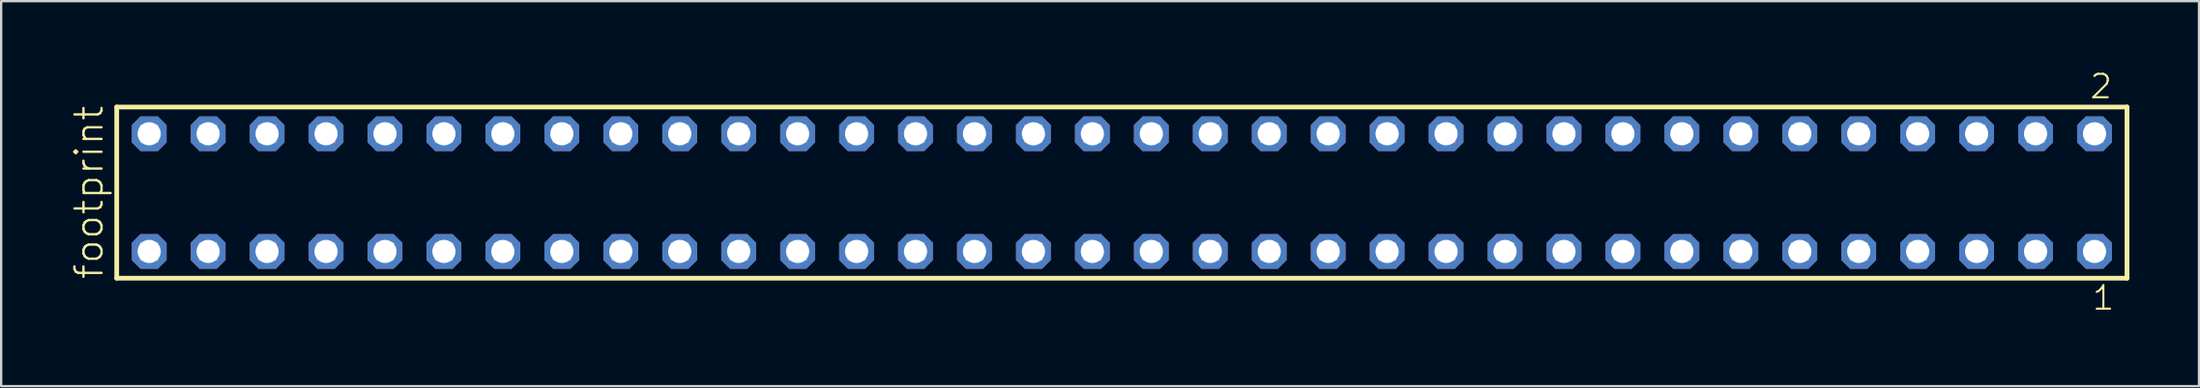
<source format=kicad_pcb>
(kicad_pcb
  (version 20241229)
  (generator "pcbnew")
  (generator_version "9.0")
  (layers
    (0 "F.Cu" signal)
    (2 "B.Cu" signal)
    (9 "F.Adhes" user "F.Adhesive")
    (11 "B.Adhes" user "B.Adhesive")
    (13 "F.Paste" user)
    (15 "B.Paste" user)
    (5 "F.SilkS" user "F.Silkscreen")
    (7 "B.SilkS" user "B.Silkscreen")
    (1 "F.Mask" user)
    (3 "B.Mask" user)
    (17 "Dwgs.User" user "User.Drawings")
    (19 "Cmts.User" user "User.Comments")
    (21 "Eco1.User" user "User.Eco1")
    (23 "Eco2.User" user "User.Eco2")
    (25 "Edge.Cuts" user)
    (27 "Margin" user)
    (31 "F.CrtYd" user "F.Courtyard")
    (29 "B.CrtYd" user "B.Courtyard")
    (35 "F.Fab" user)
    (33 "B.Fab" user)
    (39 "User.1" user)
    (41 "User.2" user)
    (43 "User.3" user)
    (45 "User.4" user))
  (footprint "footprint"
    (layer "F.Cu")
    (at 45.288 5.265)
    (property "Reference" "footprint" (at -43.815 3.81 90) (layer "F.SilkS") (effects (font (size 1.168 1.168) (thickness 0.102)) (justify left bottom)))
    (fp_line (start -43.309 -3.695) (end 43.309 -3.695) (stroke (width 0.203) (type solid)) (layer "F.SilkS"))
    (fp_line (start -43.309 3.695) (end -43.309 -3.695) (stroke (width 0.203) (type solid)) (layer "F.SilkS"))
    (fp_line (start 43.309 -3.695) (end 43.309 3.695) (stroke (width 0.203) (type solid)) (layer "F.SilkS"))
    (fp_line (start 43.309 3.695) (end -43.309 3.695) (stroke (width 0.203) (type solid)) (layer "F.SilkS"))
    (fp_poly (pts (xy -42.26 -2.19) (xy -41.56 -2.19) (xy -41.56 -2.89) (xy -42.26 -2.89)) (stroke (width 0.1) (type solid)) (fill no) (layer "F.Fab"))
    (fp_poly (pts (xy -42.26 2.89) (xy -41.56 2.89) (xy -41.56 2.19) (xy -42.26 2.19)) (stroke (width 0.1) (type solid)) (fill no) (layer "F.Fab"))
    (fp_poly (pts (xy -39.72 -2.19) (xy -39.02 -2.19) (xy -39.02 -2.89) (xy -39.72 -2.89)) (stroke (width 0.1) (type solid)) (fill no) (layer "F.Fab"))
    (fp_poly (pts (xy -39.72 2.89) (xy -39.02 2.89) (xy -39.02 2.19) (xy -39.72 2.19)) (stroke (width 0.1) (type solid)) (fill no) (layer "F.Fab"))
    (fp_poly (pts (xy -37.18 -2.19) (xy -36.48 -2.19) (xy -36.48 -2.89) (xy -37.18 -2.89)) (stroke (width 0.1) (type solid)) (fill no) (layer "F.Fab"))
    (fp_poly (pts (xy -37.18 2.89) (xy -36.48 2.89) (xy -36.48 2.19) (xy -37.18 2.19)) (stroke (width 0.1) (type solid)) (fill no) (layer "F.Fab"))
    (fp_poly (pts (xy -34.64 -2.19) (xy -33.94 -2.19) (xy -33.94 -2.89) (xy -34.64 -2.89)) (stroke (width 0.1) (type solid)) (fill no) (layer "F.Fab"))
    (fp_poly (pts (xy -34.64 2.89) (xy -33.94 2.89) (xy -33.94 2.19) (xy -34.64 2.19)) (stroke (width 0.1) (type solid)) (fill no) (layer "F.Fab"))
    (fp_poly (pts (xy -32.1 -2.19) (xy -31.4 -2.19) (xy -31.4 -2.89) (xy -32.1 -2.89)) (stroke (width 0.1) (type solid)) (fill no) (layer "F.Fab"))
    (fp_poly (pts (xy -32.1 2.89) (xy -31.4 2.89) (xy -31.4 2.19) (xy -32.1 2.19)) (stroke (width 0.1) (type solid)) (fill no) (layer "F.Fab"))
    (fp_poly (pts (xy -29.56 -2.19) (xy -28.86 -2.19) (xy -28.86 -2.89) (xy -29.56 -2.89)) (stroke (width 0.1) (type solid)) (fill no) (layer "F.Fab"))
    (fp_poly (pts (xy -29.56 2.89) (xy -28.86 2.89) (xy -28.86 2.19) (xy -29.56 2.19)) (stroke (width 0.1) (type solid)) (fill no) (layer "F.Fab"))
    (fp_poly (pts (xy -27.02 -2.19) (xy -26.32 -2.19) (xy -26.32 -2.89) (xy -27.02 -2.89)) (stroke (width 0.1) (type solid)) (fill no) (layer "F.Fab"))
    (fp_poly (pts (xy -27.02 2.89) (xy -26.32 2.89) (xy -26.32 2.19) (xy -27.02 2.19)) (stroke (width 0.1) (type solid)) (fill no) (layer "F.Fab"))
    (fp_poly (pts (xy -24.48 -2.19) (xy -23.78 -2.19) (xy -23.78 -2.89) (xy -24.48 -2.89)) (stroke (width 0.1) (type solid)) (fill no) (layer "F.Fab"))
    (fp_poly (pts (xy -24.48 2.89) (xy -23.78 2.89) (xy -23.78 2.19) (xy -24.48 2.19)) (stroke (width 0.1) (type solid)) (fill no) (layer "F.Fab"))
    (fp_poly (pts (xy -21.94 -2.19) (xy -21.24 -2.19) (xy -21.24 -2.89) (xy -21.94 -2.89)) (stroke (width 0.1) (type solid)) (fill no) (layer "F.Fab"))
    (fp_poly (pts (xy -21.94 2.89) (xy -21.24 2.89) (xy -21.24 2.19) (xy -21.94 2.19)) (stroke (width 0.1) (type solid)) (fill no) (layer "F.Fab"))
    (fp_poly (pts (xy -19.4 -2.19) (xy -18.7 -2.19) (xy -18.7 -2.89) (xy -19.4 -2.89)) (stroke (width 0.1) (type solid)) (fill no) (layer "F.Fab"))
    (fp_poly (pts (xy -19.4 2.89) (xy -18.7 2.89) (xy -18.7 2.19) (xy -19.4 2.19)) (stroke (width 0.1) (type solid)) (fill no) (layer "F.Fab"))
    (fp_poly (pts (xy -16.86 -2.19) (xy -16.16 -2.19) (xy -16.16 -2.89) (xy -16.86 -2.89)) (stroke (width 0.1) (type solid)) (fill no) (layer "F.Fab"))
    (fp_poly (pts (xy -16.86 2.89) (xy -16.16 2.89) (xy -16.16 2.19) (xy -16.86 2.19)) (stroke (width 0.1) (type solid)) (fill no) (layer "F.Fab"))
    (fp_poly (pts (xy -14.32 -2.19) (xy -13.62 -2.19) (xy -13.62 -2.89) (xy -14.32 -2.89)) (stroke (width 0.1) (type solid)) (fill no) (layer "F.Fab"))
    (fp_poly (pts (xy -14.32 2.89) (xy -13.62 2.89) (xy -13.62 2.19) (xy -14.32 2.19)) (stroke (width 0.1) (type solid)) (fill no) (layer "F.Fab"))
    (fp_poly (pts (xy -11.78 -2.19) (xy -11.08 -2.19) (xy -11.08 -2.89) (xy -11.78 -2.89)) (stroke (width 0.1) (type solid)) (fill no) (layer "F.Fab"))
    (fp_poly (pts (xy -11.78 2.89) (xy -11.08 2.89) (xy -11.08 2.19) (xy -11.78 2.19)) (stroke (width 0.1) (type solid)) (fill no) (layer "F.Fab"))
    (fp_poly (pts (xy -9.24 -2.19) (xy -8.54 -2.19) (xy -8.54 -2.89) (xy -9.24 -2.89)) (stroke (width 0.1) (type solid)) (fill no) (layer "F.Fab"))
    (fp_poly (pts (xy -9.24 2.89) (xy -8.54 2.89) (xy -8.54 2.19) (xy -9.24 2.19)) (stroke (width 0.1) (type solid)) (fill no) (layer "F.Fab"))
    (fp_poly (pts (xy -6.7 -2.19) (xy -6 -2.19) (xy -6 -2.89) (xy -6.7 -2.89)) (stroke (width 0.1) (type solid)) (fill no) (layer "F.Fab"))
    (fp_poly (pts (xy -6.7 2.89) (xy -6 2.89) (xy -6 2.19) (xy -6.7 2.19)) (stroke (width 0.1) (type solid)) (fill no) (layer "F.Fab"))
    (fp_poly (pts (xy -4.16 -2.19) (xy -3.46 -2.19) (xy -3.46 -2.89) (xy -4.16 -2.89)) (stroke (width 0.1) (type solid)) (fill no) (layer "F.Fab"))
    (fp_poly (pts (xy -4.16 2.89) (xy -3.46 2.89) (xy -3.46 2.19) (xy -4.16 2.19)) (stroke (width 0.1) (type solid)) (fill no) (layer "F.Fab"))
    (fp_poly (pts (xy -1.62 -2.19) (xy -0.92 -2.19) (xy -0.92 -2.89) (xy -1.62 -2.89)) (stroke (width 0.1) (type solid)) (fill no) (layer "F.Fab"))
    (fp_poly (pts (xy -1.62 2.89) (xy -0.92 2.89) (xy -0.92 2.19) (xy -1.62 2.19)) (stroke (width 0.1) (type solid)) (fill no) (layer "F.Fab"))
    (fp_poly (pts (xy 0.92 -2.19) (xy 1.62 -2.19) (xy 1.62 -2.89) (xy 0.92 -2.89)) (stroke (width 0.1) (type solid)) (fill no) (layer "F.Fab"))
    (fp_poly (pts (xy 0.92 2.89) (xy 1.62 2.89) (xy 1.62 2.19) (xy 0.92 2.19)) (stroke (width 0.1) (type solid)) (fill no) (layer "F.Fab"))
    (fp_poly (pts (xy 3.46 -2.19) (xy 4.16 -2.19) (xy 4.16 -2.89) (xy 3.46 -2.89)) (stroke (width 0.1) (type solid)) (fill no) (layer "F.Fab"))
    (fp_poly (pts (xy 3.46 2.89) (xy 4.16 2.89) (xy 4.16 2.19) (xy 3.46 2.19)) (stroke (width 0.1) (type solid)) (fill no) (layer "F.Fab"))
    (fp_poly (pts (xy 6 -2.19) (xy 6.7 -2.19) (xy 6.7 -2.89) (xy 6 -2.89)) (stroke (width 0.1) (type solid)) (fill no) (layer "F.Fab"))
    (fp_poly (pts (xy 6 2.89) (xy 6.7 2.89) (xy 6.7 2.19) (xy 6 2.19)) (stroke (width 0.1) (type solid)) (fill no) (layer "F.Fab"))
    (fp_poly (pts (xy 8.54 -2.19) (xy 9.24 -2.19) (xy 9.24 -2.89) (xy 8.54 -2.89)) (stroke (width 0.1) (type solid)) (fill no) (layer "F.Fab"))
    (fp_poly (pts (xy 8.54 2.89) (xy 9.24 2.89) (xy 9.24 2.19) (xy 8.54 2.19)) (stroke (width 0.1) (type solid)) (fill no) (layer "F.Fab"))
    (fp_poly (pts (xy 11.08 -2.19) (xy 11.78 -2.19) (xy 11.78 -2.89) (xy 11.08 -2.89)) (stroke (width 0.1) (type solid)) (fill no) (layer "F.Fab"))
    (fp_poly (pts (xy 11.08 2.89) (xy 11.78 2.89) (xy 11.78 2.19) (xy 11.08 2.19)) (stroke (width 0.1) (type solid)) (fill no) (layer "F.Fab"))
    (fp_poly (pts (xy 13.62 -2.19) (xy 14.32 -2.19) (xy 14.32 -2.89) (xy 13.62 -2.89)) (stroke (width 0.1) (type solid)) (fill no) (layer "F.Fab"))
    (fp_poly (pts (xy 13.62 2.89) (xy 14.32 2.89) (xy 14.32 2.19) (xy 13.62 2.19)) (stroke (width 0.1) (type solid)) (fill no) (layer "F.Fab"))
    (fp_poly (pts (xy 16.16 -2.19) (xy 16.86 -2.19) (xy 16.86 -2.89) (xy 16.16 -2.89)) (stroke (width 0.1) (type solid)) (fill no) (layer "F.Fab"))
    (fp_poly (pts (xy 16.16 2.89) (xy 16.86 2.89) (xy 16.86 2.19) (xy 16.16 2.19)) (stroke (width 0.1) (type solid)) (fill no) (layer "F.Fab"))
    (fp_poly (pts (xy 18.7 -2.19) (xy 19.4 -2.19) (xy 19.4 -2.89) (xy 18.7 -2.89)) (stroke (width 0.1) (type solid)) (fill no) (layer "F.Fab"))
    (fp_poly (pts (xy 18.7 2.89) (xy 19.4 2.89) (xy 19.4 2.19) (xy 18.7 2.19)) (stroke (width 0.1) (type solid)) (fill no) (layer "F.Fab"))
    (fp_poly (pts (xy 21.24 -2.19) (xy 21.94 -2.19) (xy 21.94 -2.89) (xy 21.24 -2.89)) (stroke (width 0.1) (type solid)) (fill no) (layer "F.Fab"))
    (fp_poly (pts (xy 21.24 2.89) (xy 21.94 2.89) (xy 21.94 2.19) (xy 21.24 2.19)) (stroke (width 0.1) (type solid)) (fill no) (layer "F.Fab"))
    (fp_poly (pts (xy 23.78 -2.19) (xy 24.48 -2.19) (xy 24.48 -2.89) (xy 23.78 -2.89)) (stroke (width 0.1) (type solid)) (fill no) (layer "F.Fab"))
    (fp_poly (pts (xy 23.78 2.89) (xy 24.48 2.89) (xy 24.48 2.19) (xy 23.78 2.19)) (stroke (width 0.1) (type solid)) (fill no) (layer "F.Fab"))
    (fp_poly (pts (xy 26.32 -2.19) (xy 27.02 -2.19) (xy 27.02 -2.89) (xy 26.32 -2.89)) (stroke (width 0.1) (type solid)) (fill no) (layer "F.Fab"))
    (fp_poly (pts (xy 26.32 2.89) (xy 27.02 2.89) (xy 27.02 2.19) (xy 26.32 2.19)) (stroke (width 0.1) (type solid)) (fill no) (layer "F.Fab"))
    (fp_poly (pts (xy 28.86 -2.19) (xy 29.56 -2.19) (xy 29.56 -2.89) (xy 28.86 -2.89)) (stroke (width 0.1) (type solid)) (fill no) (layer "F.Fab"))
    (fp_poly (pts (xy 28.86 2.89) (xy 29.56 2.89) (xy 29.56 2.19) (xy 28.86 2.19)) (stroke (width 0.1) (type solid)) (fill no) (layer "F.Fab"))
    (fp_poly (pts (xy 31.4 -2.19) (xy 32.1 -2.19) (xy 32.1 -2.89) (xy 31.4 -2.89)) (stroke (width 0.1) (type solid)) (fill no) (layer "F.Fab"))
    (fp_poly (pts (xy 31.4 2.89) (xy 32.1 2.89) (xy 32.1 2.19) (xy 31.4 2.19)) (stroke (width 0.1) (type solid)) (fill no) (layer "F.Fab"))
    (fp_poly (pts (xy 33.94 -2.19) (xy 34.64 -2.19) (xy 34.64 -2.89) (xy 33.94 -2.89)) (stroke (width 0.1) (type solid)) (fill no) (layer "F.Fab"))
    (fp_poly (pts (xy 33.94 2.89) (xy 34.64 2.89) (xy 34.64 2.19) (xy 33.94 2.19)) (stroke (width 0.1) (type solid)) (fill no) (layer "F.Fab"))
    (fp_poly (pts (xy 36.48 -2.19) (xy 37.18 -2.19) (xy 37.18 -2.89) (xy 36.48 -2.89)) (stroke (width 0.1) (type solid)) (fill no) (layer "F.Fab"))
    (fp_poly (pts (xy 36.48 2.89) (xy 37.18 2.89) (xy 37.18 2.19) (xy 36.48 2.19)) (stroke (width 0.1) (type solid)) (fill no) (layer "F.Fab"))
    (fp_poly (pts (xy 39.02 -2.19) (xy 39.72 -2.19) (xy 39.72 -2.89) (xy 39.02 -2.89)) (stroke (width 0.1) (type solid)) (fill no) (layer "F.Fab"))
    (fp_poly (pts (xy 39.02 2.89) (xy 39.72 2.89) (xy 39.72 2.19) (xy 39.02 2.19)) (stroke (width 0.1) (type solid)) (fill no) (layer "F.Fab"))
    (fp_poly (pts (xy 41.56 -2.19) (xy 42.26 -2.19) (xy 42.26 -2.89) (xy 41.56 -2.89)) (stroke (width 0.1) (type solid)) (fill no) (layer "F.Fab"))
    (fp_poly (pts (xy 41.56 2.89) (xy 42.26 2.89) (xy 42.26 2.19) (xy 41.56 2.19)) (stroke (width 0.1) (type solid)) (fill no) (layer "F.Fab"))
    (fp_text user "1" (at 41.752 5.138 0) (layer "F.SilkS") (effects (font (size 1.012 1.012) (thickness 0.088)) (justify left bottom)))
    (fp_text user "2" (at 41.652 -3.989 0) (layer "F.SilkS") (effects (font (size 1.012 1.012) (thickness 0.088)) (justify left bottom)))
    (pad "1" thru_hole roundrect (at 41.91 2.54 180) (size 1.5 1.5) (drill 1) (layers "*.Cu" "*.Mask") (roundrect_rratio 0.25) (chamfer_ratio 0.25) (chamfer top_left top_right bottom_left bottom_right))
    (pad "2" thru_hole roundrect (at 41.91 -2.54 180) (size 1.5 1.5) (drill 1) (layers "*.Cu" "*.Mask") (roundrect_rratio 0.25) (chamfer_ratio 0.25) (chamfer top_left top_right bottom_left bottom_right))
    (pad "3" thru_hole roundrect (at 39.37 2.54 180) (size 1.5 1.5) (drill 1) (layers "*.Cu" "*.Mask") (roundrect_rratio 0.25) (chamfer_ratio 0.25) (chamfer top_left top_right bottom_left bottom_right))
    (pad "4" thru_hole roundrect (at 39.37 -2.54 180) (size 1.5 1.5) (drill 1) (layers "*.Cu" "*.Mask") (roundrect_rratio 0.25) (chamfer_ratio 0.25) (chamfer top_left top_right bottom_left bottom_right))
    (pad "5" thru_hole roundrect (at 36.83 2.54 180) (size 1.5 1.5) (drill 1) (layers "*.Cu" "*.Mask") (roundrect_rratio 0.25) (chamfer_ratio 0.25) (chamfer top_left top_right bottom_left bottom_right))
    (pad "6" thru_hole roundrect (at 36.83 -2.54 180) (size 1.5 1.5) (drill 1) (layers "*.Cu" "*.Mask") (roundrect_rratio 0.25) (chamfer_ratio 0.25) (chamfer top_left top_right bottom_left bottom_right))
    (pad "7" thru_hole roundrect (at 34.29 2.54 180) (size 1.5 1.5) (drill 1) (layers "*.Cu" "*.Mask") (roundrect_rratio 0.25) (chamfer_ratio 0.25) (chamfer top_left top_right bottom_left bottom_right))
    (pad "8" thru_hole roundrect (at 34.29 -2.54 180) (size 1.5 1.5) (drill 1) (layers "*.Cu" "*.Mask") (roundrect_rratio 0.25) (chamfer_ratio 0.25) (chamfer top_left top_right bottom_left bottom_right))
    (pad "9" thru_hole roundrect (at 31.75 2.54 180) (size 1.5 1.5) (drill 1) (layers "*.Cu" "*.Mask") (roundrect_rratio 0.25) (chamfer_ratio 0.25) (chamfer top_left top_right bottom_left bottom_right))
    (pad "10" thru_hole roundrect (at 31.75 -2.54 180) (size 1.5 1.5) (drill 1) (layers "*.Cu" "*.Mask") (roundrect_rratio 0.25) (chamfer_ratio 0.25) (chamfer top_left top_right bottom_left bottom_right))
    (pad "11" thru_hole roundrect (at 29.21 2.54 180) (size 1.5 1.5) (drill 1) (layers "*.Cu" "*.Mask") (roundrect_rratio 0.25) (chamfer_ratio 0.25) (chamfer top_left top_right bottom_left bottom_right))
    (pad "12" thru_hole roundrect (at 29.21 -2.54 180) (size 1.5 1.5) (drill 1) (layers "*.Cu" "*.Mask") (roundrect_rratio 0.25) (chamfer_ratio 0.25) (chamfer top_left top_right bottom_left bottom_right))
    (pad "13" thru_hole roundrect (at 26.67 2.54 180) (size 1.5 1.5) (drill 1) (layers "*.Cu" "*.Mask") (roundrect_rratio 0.25) (chamfer_ratio 0.25) (chamfer top_left top_right bottom_left bottom_right))
    (pad "14" thru_hole roundrect (at 26.67 -2.54 180) (size 1.5 1.5) (drill 1) (layers "*.Cu" "*.Mask") (roundrect_rratio 0.25) (chamfer_ratio 0.25) (chamfer top_left top_right bottom_left bottom_right))
    (pad "15" thru_hole roundrect (at 24.13 2.54 180) (size 1.5 1.5) (drill 1) (layers "*.Cu" "*.Mask") (roundrect_rratio 0.25) (chamfer_ratio 0.25) (chamfer top_left top_right bottom_left bottom_right))
    (pad "16" thru_hole roundrect (at 24.13 -2.54 180) (size 1.5 1.5) (drill 1) (layers "*.Cu" "*.Mask") (roundrect_rratio 0.25) (chamfer_ratio 0.25) (chamfer top_left top_right bottom_left bottom_right))
    (pad "17" thru_hole roundrect (at 21.59 2.54 180) (size 1.5 1.5) (drill 1) (layers "*.Cu" "*.Mask") (roundrect_rratio 0.25) (chamfer_ratio 0.25) (chamfer top_left top_right bottom_left bottom_right))
    (pad "18" thru_hole roundrect (at 21.59 -2.54 180) (size 1.5 1.5) (drill 1) (layers "*.Cu" "*.Mask") (roundrect_rratio 0.25) (chamfer_ratio 0.25) (chamfer top_left top_right bottom_left bottom_right))
    (pad "19" thru_hole roundrect (at 19.05 2.54 180) (size 1.5 1.5) (drill 1) (layers "*.Cu" "*.Mask") (roundrect_rratio 0.25) (chamfer_ratio 0.25) (chamfer top_left top_right bottom_left bottom_right))
    (pad "20" thru_hole roundrect (at 19.05 -2.54 180) (size 1.5 1.5) (drill 1) (layers "*.Cu" "*.Mask") (roundrect_rratio 0.25) (chamfer_ratio 0.25) (chamfer top_left top_right bottom_left bottom_right))
    (pad "21" thru_hole roundrect (at 16.51 2.54 180) (size 1.5 1.5) (drill 1) (layers "*.Cu" "*.Mask") (roundrect_rratio 0.25) (chamfer_ratio 0.25) (chamfer top_left top_right bottom_left bottom_right))
    (pad "22" thru_hole roundrect (at 16.51 -2.54 180) (size 1.5 1.5) (drill 1) (layers "*.Cu" "*.Mask") (roundrect_rratio 0.25) (chamfer_ratio 0.25) (chamfer top_left top_right bottom_left bottom_right))
    (pad "23" thru_hole roundrect (at 13.97 2.54 180) (size 1.5 1.5) (drill 1) (layers "*.Cu" "*.Mask") (roundrect_rratio 0.25) (chamfer_ratio 0.25) (chamfer top_left top_right bottom_left bottom_right))
    (pad "24" thru_hole roundrect (at 13.97 -2.54 180) (size 1.5 1.5) (drill 1) (layers "*.Cu" "*.Mask") (roundrect_rratio 0.25) (chamfer_ratio 0.25) (chamfer top_left top_right bottom_left bottom_right))
    (pad "25" thru_hole roundrect (at 11.43 2.54 180) (size 1.5 1.5) (drill 1) (layers "*.Cu" "*.Mask") (roundrect_rratio 0.25) (chamfer_ratio 0.25) (chamfer top_left top_right bottom_left bottom_right))
    (pad "26" thru_hole roundrect (at 11.43 -2.54 180) (size 1.5 1.5) (drill 1) (layers "*.Cu" "*.Mask") (roundrect_rratio 0.25) (chamfer_ratio 0.25) (chamfer top_left top_right bottom_left bottom_right))
    (pad "27" thru_hole roundrect (at 8.89 2.54 180) (size 1.5 1.5) (drill 1) (layers "*.Cu" "*.Mask") (roundrect_rratio 0.25) (chamfer_ratio 0.25) (chamfer top_left top_right bottom_left bottom_right))
    (pad "28" thru_hole roundrect (at 8.89 -2.54 180) (size 1.5 1.5) (drill 1) (layers "*.Cu" "*.Mask") (roundrect_rratio 0.25) (chamfer_ratio 0.25) (chamfer top_left top_right bottom_left bottom_right))
    (pad "29" thru_hole roundrect (at 6.35 2.54 180) (size 1.5 1.5) (drill 1) (layers "*.Cu" "*.Mask") (roundrect_rratio 0.25) (chamfer_ratio 0.25) (chamfer top_left top_right bottom_left bottom_right))
    (pad "30" thru_hole roundrect (at 6.35 -2.54 180) (size 1.5 1.5) (drill 1) (layers "*.Cu" "*.Mask") (roundrect_rratio 0.25) (chamfer_ratio 0.25) (chamfer top_left top_right bottom_left bottom_right))
    (pad "31" thru_hole roundrect (at 3.81 2.54 180) (size 1.5 1.5) (drill 1) (layers "*.Cu" "*.Mask") (roundrect_rratio 0.25) (chamfer_ratio 0.25) (chamfer top_left top_right bottom_left bottom_right))
    (pad "32" thru_hole roundrect (at 3.81 -2.54 180) (size 1.5 1.5) (drill 1) (layers "*.Cu" "*.Mask") (roundrect_rratio 0.25) (chamfer_ratio 0.25) (chamfer top_left top_right bottom_left bottom_right))
    (pad "33" thru_hole roundrect (at 1.27 2.54 180) (size 1.5 1.5) (drill 1) (layers "*.Cu" "*.Mask") (roundrect_rratio 0.25) (chamfer_ratio 0.25) (chamfer top_left top_right bottom_left bottom_right))
    (pad "34" thru_hole roundrect (at 1.27 -2.54 180) (size 1.5 1.5) (drill 1) (layers "*.Cu" "*.Mask") (roundrect_rratio 0.25) (chamfer_ratio 0.25) (chamfer top_left top_right bottom_left bottom_right))
    (pad "35" thru_hole roundrect (at -1.27 2.54 180) (size 1.5 1.5) (drill 1) (layers "*.Cu" "*.Mask") (roundrect_rratio 0.25) (chamfer_ratio 0.25) (chamfer top_left top_right bottom_left bottom_right))
    (pad "36" thru_hole roundrect (at -1.27 -2.54 180) (size 1.5 1.5) (drill 1) (layers "*.Cu" "*.Mask") (roundrect_rratio 0.25) (chamfer_ratio 0.25) (chamfer top_left top_right bottom_left bottom_right))
    (pad "37" thru_hole roundrect (at -3.81 2.54 180) (size 1.5 1.5) (drill 1) (layers "*.Cu" "*.Mask") (roundrect_rratio 0.25) (chamfer_ratio 0.25) (chamfer top_left top_right bottom_left bottom_right))
    (pad "38" thru_hole roundrect (at -3.81 -2.54 180) (size 1.5 1.5) (drill 1) (layers "*.Cu" "*.Mask") (roundrect_rratio 0.25) (chamfer_ratio 0.25) (chamfer top_left top_right bottom_left bottom_right))
    (pad "39" thru_hole roundrect (at -6.35 2.54 180) (size 1.5 1.5) (drill 1) (layers "*.Cu" "*.Mask") (roundrect_rratio 0.25) (chamfer_ratio 0.25) (chamfer top_left top_right bottom_left bottom_right))
    (pad "40" thru_hole roundrect (at -6.35 -2.54 180) (size 1.5 1.5) (drill 1) (layers "*.Cu" "*.Mask") (roundrect_rratio 0.25) (chamfer_ratio 0.25) (chamfer top_left top_right bottom_left bottom_right))
    (pad "41" thru_hole roundrect (at -8.89 2.54 180) (size 1.5 1.5) (drill 1) (layers "*.Cu" "*.Mask") (roundrect_rratio 0.25) (chamfer_ratio 0.25) (chamfer top_left top_right bottom_left bottom_right))
    (pad "42" thru_hole roundrect (at -8.89 -2.54 180) (size 1.5 1.5) (drill 1) (layers "*.Cu" "*.Mask") (roundrect_rratio 0.25) (chamfer_ratio 0.25) (chamfer top_left top_right bottom_left bottom_right))
    (pad "43" thru_hole roundrect (at -11.43 2.54 180) (size 1.5 1.5) (drill 1) (layers "*.Cu" "*.Mask") (roundrect_rratio 0.25) (chamfer_ratio 0.25) (chamfer top_left top_right bottom_left bottom_right))
    (pad "44" thru_hole roundrect (at -11.43 -2.54 180) (size 1.5 1.5) (drill 1) (layers "*.Cu" "*.Mask") (roundrect_rratio 0.25) (chamfer_ratio 0.25) (chamfer top_left top_right bottom_left bottom_right))
    (pad "45" thru_hole roundrect (at -13.97 2.54 180) (size 1.5 1.5) (drill 1) (layers "*.Cu" "*.Mask") (roundrect_rratio 0.25) (chamfer_ratio 0.25) (chamfer top_left top_right bottom_left bottom_right))
    (pad "46" thru_hole roundrect (at -13.97 -2.54 180) (size 1.5 1.5) (drill 1) (layers "*.Cu" "*.Mask") (roundrect_rratio 0.25) (chamfer_ratio 0.25) (chamfer top_left top_right bottom_left bottom_right))
    (pad "47" thru_hole roundrect (at -16.51 2.54 180) (size 1.5 1.5) (drill 1) (layers "*.Cu" "*.Mask") (roundrect_rratio 0.25) (chamfer_ratio 0.25) (chamfer top_left top_right bottom_left bottom_right))
    (pad "48" thru_hole roundrect (at -16.51 -2.54 180) (size 1.5 1.5) (drill 1) (layers "*.Cu" "*.Mask") (roundrect_rratio 0.25) (chamfer_ratio 0.25) (chamfer top_left top_right bottom_left bottom_right))
    (pad "49" thru_hole roundrect (at -19.05 2.54 180) (size 1.5 1.5) (drill 1) (layers "*.Cu" "*.Mask") (roundrect_rratio 0.25) (chamfer_ratio 0.25) (chamfer top_left top_right bottom_left bottom_right))
    (pad "50" thru_hole roundrect (at -19.05 -2.54 180) (size 1.5 1.5) (drill 1) (layers "*.Cu" "*.Mask") (roundrect_rratio 0.25) (chamfer_ratio 0.25) (chamfer top_left top_right bottom_left bottom_right))
    (pad "51" thru_hole roundrect (at -21.59 2.54 180) (size 1.5 1.5) (drill 1) (layers "*.Cu" "*.Mask") (roundrect_rratio 0.25) (chamfer_ratio 0.25) (chamfer top_left top_right bottom_left bottom_right))
    (pad "52" thru_hole roundrect (at -21.59 -2.54 180) (size 1.5 1.5) (drill 1) (layers "*.Cu" "*.Mask") (roundrect_rratio 0.25) (chamfer_ratio 0.25) (chamfer top_left top_right bottom_left bottom_right))
    (pad "53" thru_hole roundrect (at -24.13 2.54 180) (size 1.5 1.5) (drill 1) (layers "*.Cu" "*.Mask") (roundrect_rratio 0.25) (chamfer_ratio 0.25) (chamfer top_left top_right bottom_left bottom_right))
    (pad "54" thru_hole roundrect (at -24.13 -2.54 180) (size 1.5 1.5) (drill 1) (layers "*.Cu" "*.Mask") (roundrect_rratio 0.25) (chamfer_ratio 0.25) (chamfer top_left top_right bottom_left bottom_right))
    (pad "55" thru_hole roundrect (at -26.67 2.54 180) (size 1.5 1.5) (drill 1) (layers "*.Cu" "*.Mask") (roundrect_rratio 0.25) (chamfer_ratio 0.25) (chamfer top_left top_right bottom_left bottom_right))
    (pad "56" thru_hole roundrect (at -26.67 -2.54 180) (size 1.5 1.5) (drill 1) (layers "*.Cu" "*.Mask") (roundrect_rratio 0.25) (chamfer_ratio 0.25) (chamfer top_left top_right bottom_left bottom_right))
    (pad "57" thru_hole roundrect (at -29.21 2.54 180) (size 1.5 1.5) (drill 1) (layers "*.Cu" "*.Mask") (roundrect_rratio 0.25) (chamfer_ratio 0.25) (chamfer top_left top_right bottom_left bottom_right))
    (pad "58" thru_hole roundrect (at -29.21 -2.54 180) (size 1.5 1.5) (drill 1) (layers "*.Cu" "*.Mask") (roundrect_rratio 0.25) (chamfer_ratio 0.25) (chamfer top_left top_right bottom_left bottom_right))
    (pad "59" thru_hole roundrect (at -31.75 2.54 180) (size 1.5 1.5) (drill 1) (layers "*.Cu" "*.Mask") (roundrect_rratio 0.25) (chamfer_ratio 0.25) (chamfer top_left top_right bottom_left bottom_right))
    (pad "60" thru_hole roundrect (at -31.75 -2.54 180) (size 1.5 1.5) (drill 1) (layers "*.Cu" "*.Mask") (roundrect_rratio 0.25) (chamfer_ratio 0.25) (chamfer top_left top_right bottom_left bottom_right))
    (pad "61" thru_hole roundrect (at -34.29 2.54 180) (size 1.5 1.5) (drill 1) (layers "*.Cu" "*.Mask") (roundrect_rratio 0.25) (chamfer_ratio 0.25) (chamfer top_left top_right bottom_left bottom_right))
    (pad "62" thru_hole roundrect (at -34.29 -2.54 180) (size 1.5 1.5) (drill 1) (layers "*.Cu" "*.Mask") (roundrect_rratio 0.25) (chamfer_ratio 0.25) (chamfer top_left top_right bottom_left bottom_right))
    (pad "63" thru_hole roundrect (at -36.83 2.54 180) (size 1.5 1.5) (drill 1) (layers "*.Cu" "*.Mask") (roundrect_rratio 0.25) (chamfer_ratio 0.25) (chamfer top_left top_right bottom_left bottom_right))
    (pad "64" thru_hole roundrect (at -36.83 -2.54 180) (size 1.5 1.5) (drill 1) (layers "*.Cu" "*.Mask") (roundrect_rratio 0.25) (chamfer_ratio 0.25) (chamfer top_left top_right bottom_left bottom_right))
    (pad "65" thru_hole roundrect (at -39.37 2.54 180) (size 1.5 1.5) (drill 1) (layers "*.Cu" "*.Mask") (roundrect_rratio 0.25) (chamfer_ratio 0.25) (chamfer top_left top_right bottom_left bottom_right))
    (pad "66" thru_hole roundrect (at -39.37 -2.54 180) (size 1.5 1.5) (drill 1) (layers "*.Cu" "*.Mask") (roundrect_rratio 0.25) (chamfer_ratio 0.25) (chamfer top_left top_right bottom_left bottom_right))
    (pad "67" thru_hole roundrect (at -41.91 2.54 180) (size 1.5 1.5) (drill 1) (layers "*.Cu" "*.Mask") (roundrect_rratio 0.25) (chamfer_ratio 0.25) (chamfer top_left top_right bottom_left bottom_right))
    (pad "68" thru_hole roundrect (at -41.91 -2.54 180) (size 1.5 1.5) (drill 1) (layers "*.Cu" "*.Mask") (roundrect_rratio 0.25) (chamfer_ratio 0.25) (chamfer top_left top_right bottom_left bottom_right)))
  (gr_rect
    (start -3 -3)
    (end 91.699 13.62)
    (stroke (width 0.1) (type default))
    (fill no)
    (layer "Edge.Cuts")))
</source>
